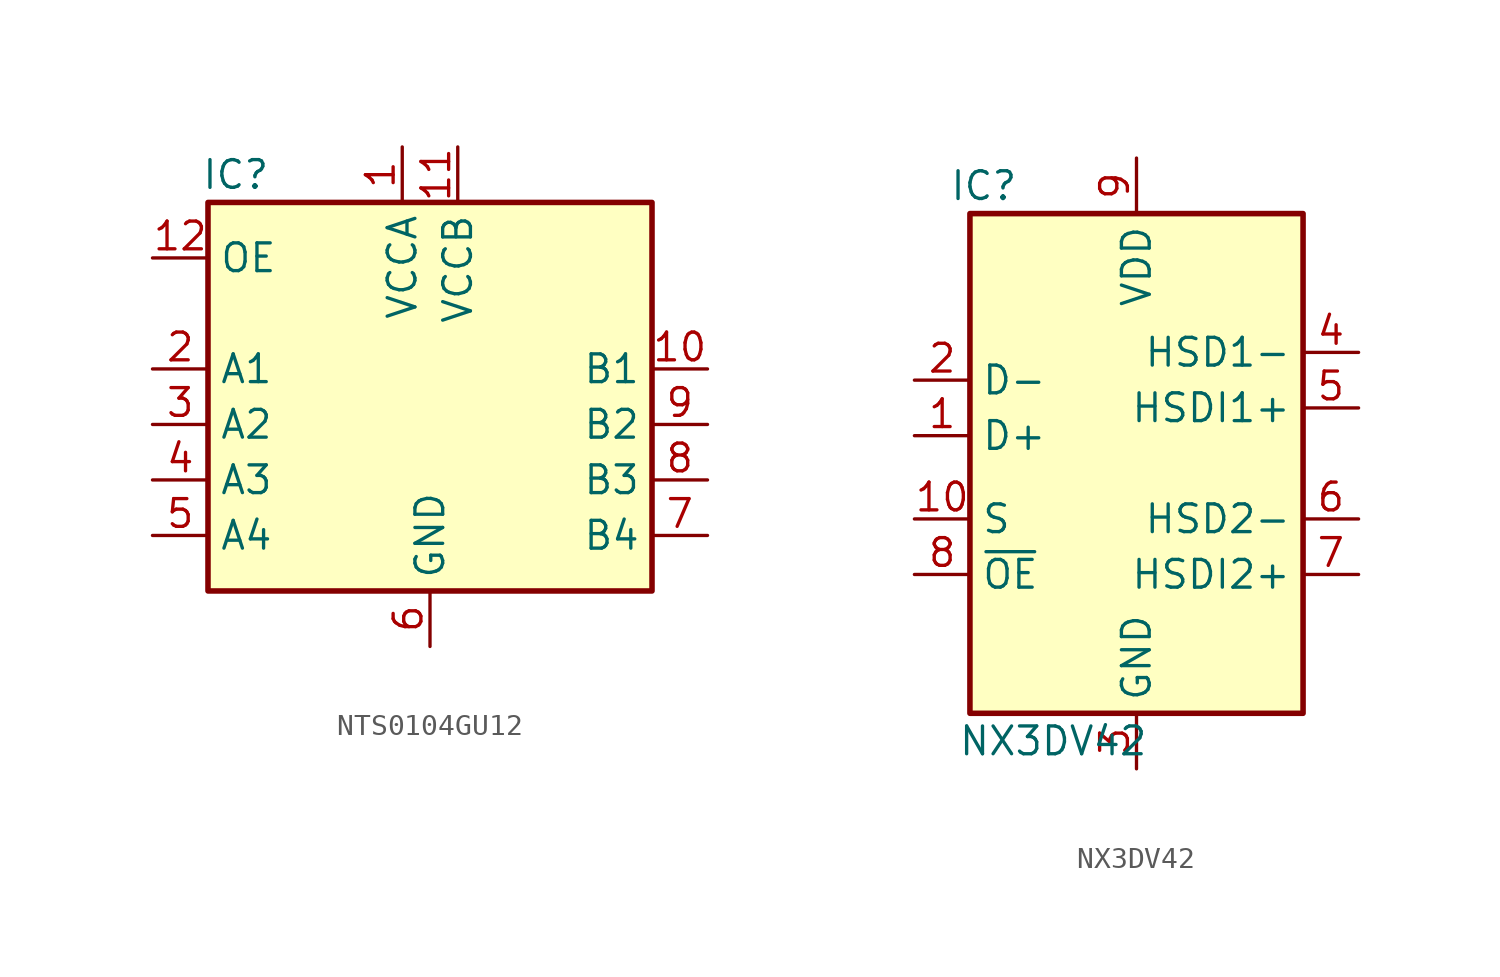
<source format=kicad_sym>
(kicad_symbol_lib
  (version 20220914)
  (generator kicad_symbol_editor)
  (symbol "NTS0104GU12"
    (property "Reference" "IC"
      (at -8.89 10.16 0)
      (effects (font (size 1.27 1.27))))
    (property "Value" ""
      (at 1.27 2.54 0)
      (effects (font (size 1.27 1.27))))
    (symbol "NTS0104GU12_0_0"
      (rectangle (start -10.16 8.89) (end 10.16 -8.89) (stroke (width 0.254) (type default)) (fill (type background))))
    (symbol "NTS0104GU12_1_0"
      (pin power_in line (at -1.27 11.43 270) (length 2.54) (name "VCCA" (effects (font (size 1.27 1.27)))) (number "1" (effects (font (size 1.27 1.27)))))
      (pin bidirectional line (at 12.7 1.27 180) (length 2.54) (name "B1" (effects (font (size 1.27 1.27)))) (number "10" (effects (font (size 1.27 1.27)))))
      (pin power_in line (at 1.27 11.43 270) (length 2.54) (name "VCCB" (effects (font (size 1.27 1.27)))) (number "11" (effects (font (size 1.27 1.27)))))
      (pin input line (at -12.7 6.35 0) (length 2.54) (name "OE" (effects (font (size 1.27 1.27)))) (number "12" (effects (font (size 1.27 1.27)))))
      (pin bidirectional line (at -12.7 1.27 0) (length 2.54) (name "A1" (effects (font (size 1.27 1.27)))) (number "2" (effects (font (size 1.27 1.27)))))
      (pin bidirectional line (at -12.7 -1.27 0) (length 2.54) (name "A2" (effects (font (size 1.27 1.27)))) (number "3" (effects (font (size 1.27 1.27)))))
      (pin bidirectional line (at -12.7 -3.81 0) (length 2.54) (name "A3" (effects (font (size 1.27 1.27)))) (number "4" (effects (font (size 1.27 1.27)))))
      (pin bidirectional line (at -12.7 -6.35 0) (length 2.54) (name "A4" (effects (font (size 1.27 1.27)))) (number "5" (effects (font (size 1.27 1.27)))))
      (pin power_in line (at 0 -11.43 90) (length 2.54) (name "GND" (effects (font (size 1.27 1.27)))) (number "6" (effects (font (size 1.27 1.27)))))
      (pin bidirectional line (at 12.7 -6.35 180) (length 2.54) (name "B4" (effects (font (size 1.27 1.27)))) (number "7" (effects (font (size 1.27 1.27)))))
      (pin bidirectional line (at 12.7 -3.81 180) (length 2.54) (name "B3" (effects (font (size 1.27 1.27)))) (number "8" (effects (font (size 1.27 1.27)))))
      (pin bidirectional line (at 12.7 -1.27 180) (length 2.54) (name "B2" (effects (font (size 1.27 1.27)))) (number "9" (effects (font (size 1.27 1.27)))))))
  (symbol "NX3DV42"
    (property "Reference" "IC"
      (at -6.985 12.7 0)
      (effects (font (size 1.27 1.27))))
    (property "Value" "NX3DV42"
      (at -3.81 -12.7 0)
      (effects (font (size 1.27 1.27))))
    (symbol "NX3DV42_1_1"
      (rectangle (start -7.62 11.43) (end 7.62 -11.43) (stroke (width 0.254) (type default)) (fill (type background)))
      (pin bidirectional line (at -10.16 1.27 0) (length 2.54) (name "D+" (effects (font (size 1.27 1.27)))) (number "1" (effects (font (size 1.27 1.27)))))
      (pin input line (at -10.16 -2.54 0) (length 2.54) (name "S" (effects (font (size 1.27 1.27)))) (number "10" (effects (font (size 1.27 1.27)))))
      (pin bidirectional line (at -10.16 3.81 0) (length 2.54) (name "D-" (effects (font (size 1.27 1.27)))) (number "2" (effects (font (size 1.27 1.27)))))
      (pin passive line (at 0 -13.97 90) (length 2.54) (name "GND" (effects (font (size 1.27 1.27)))) (number "3" (effects (font (size 1.27 1.27)))))
      (pin bidirectional line (at 10.16 5.08 180) (length 2.54) (name "HSD1-" (effects (font (size 1.27 1.27)))) (number "4" (effects (font (size 1.27 1.27)))))
      (pin bidirectional line (at 10.16 2.54 180) (length 2.54) (name "HSDI1+" (effects (font (size 1.27 1.27)))) (number "5" (effects (font (size 1.27 1.27)))))
      (pin bidirectional line (at 10.16 -2.54 180) (length 2.54) (name "HSD2-" (effects (font (size 1.27 1.27)))) (number "6" (effects (font (size 1.27 1.27)))))
      (pin bidirectional line (at 10.16 -5.08 180) (length 2.54) (name "HSDI2+" (effects (font (size 1.27 1.27)))) (number "7" (effects (font (size 1.27 1.27)))))
      (pin input line (at -10.16 -5.08 0) (length 2.54) (name "~{OE}" (effects (font (size 1.27 1.27)))) (number "8" (effects (font (size 1.27 1.27)))))
      (pin power_in line (at 0 13.97 270) (length 2.54) (name "VDD" (effects (font (size 1.27 1.27)))) (number "9" (effects (font (size 1.27 1.27))))))))
</source>
